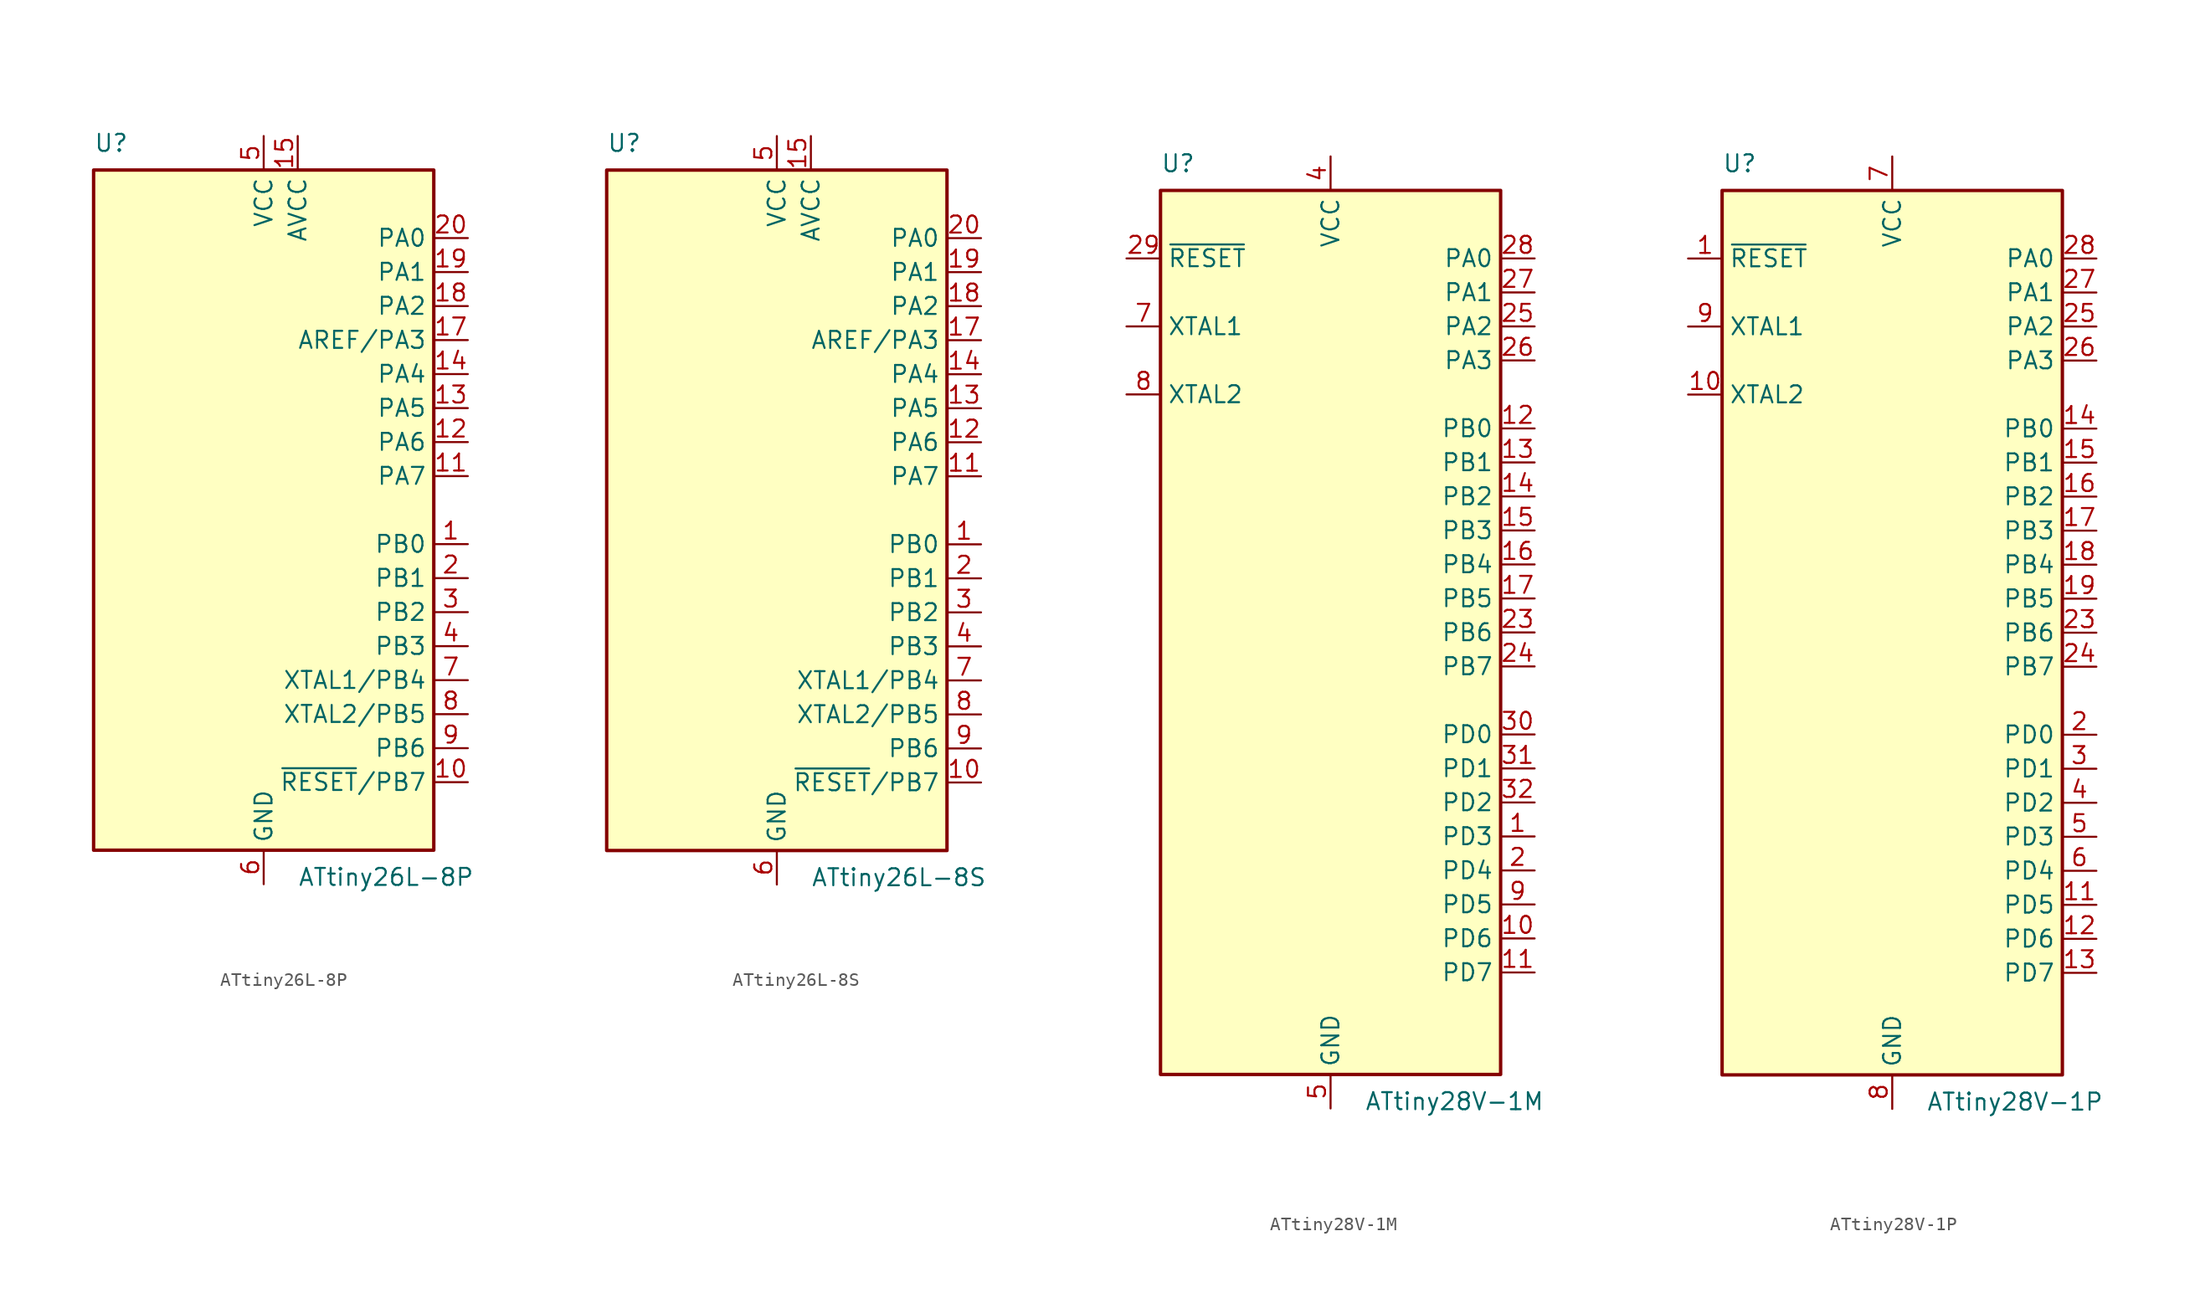
<source format=kicad_sym>
(kicad_symbol_lib
  (version 20241209)
  (generator "kicad_symbol_editor")
  (generator_version "9.0")
  (symbol "ATtiny26L-8P"
    (property "Reference" "U"
      (at -12.7 26.67 0)
      (effects (font (size 1.27 1.27)) (justify left bottom)))
    (property "Value" "ATtiny26L-8P"
      (at 2.54 -26.67 0)
      (effects (font (size 1.27 1.27)) (justify left top)))
    (symbol "ATtiny26L-8P_0_1"
      (rectangle (start -12.7 -25.4) (end 12.7 25.4) (stroke (width 0.254) (type default)) (fill (type background))))
    (symbol "ATtiny26L-8P_1_1"
      (pin power_in line (at 0 27.94 270) (length 2.54) (name "VCC" (effects (font (size 1.27 1.27)))) (number "5" (effects (font (size 1.27 1.27)))))
      (pin passive line (at 0 -27.94 90) (length 2.54) (hide yes) (name "GND" (effects (font (size 1.27 1.27)))) (number "16" (effects (font (size 1.27 1.27)))))
      (pin power_in line (at 0 -27.94 90) (length 2.54) (name "GND" (effects (font (size 1.27 1.27)))) (number "6" (effects (font (size 1.27 1.27)))))
      (pin power_in line (at 2.54 27.94 270) (length 2.54) (name "AVCC" (effects (font (size 1.27 1.27)))) (number "15" (effects (font (size 1.27 1.27)))))
      (pin bidirectional line (at 15.24 20.32 180) (length 2.54) (name "PA0" (effects (font (size 1.27 1.27)))) (number "20" (effects (font (size 1.27 1.27)))))
      (pin bidirectional line (at 15.24 17.78 180) (length 2.54) (name "PA1" (effects (font (size 1.27 1.27)))) (number "19" (effects (font (size 1.27 1.27)))))
      (pin bidirectional line (at 15.24 15.24 180) (length 2.54) (name "PA2" (effects (font (size 1.27 1.27)))) (number "18" (effects (font (size 1.27 1.27)))))
      (pin bidirectional line (at 15.24 12.7 180) (length 2.54) (name "AREF/PA3" (effects (font (size 1.27 1.27)))) (number "17" (effects (font (size 1.27 1.27)))))
      (pin bidirectional line (at 15.24 10.16 180) (length 2.54) (name "PA4" (effects (font (size 1.27 1.27)))) (number "14" (effects (font (size 1.27 1.27)))))
      (pin bidirectional line (at 15.24 7.62 180) (length 2.54) (name "PA5" (effects (font (size 1.27 1.27)))) (number "13" (effects (font (size 1.27 1.27)))))
      (pin bidirectional line (at 15.24 5.08 180) (length 2.54) (name "PA6" (effects (font (size 1.27 1.27)))) (number "12" (effects (font (size 1.27 1.27)))))
      (pin bidirectional line (at 15.24 2.54 180) (length 2.54) (name "PA7" (effects (font (size 1.27 1.27)))) (number "11" (effects (font (size 1.27 1.27)))))
      (pin bidirectional line (at 15.24 -2.54 180) (length 2.54) (name "PB0" (effects (font (size 1.27 1.27)))) (number "1" (effects (font (size 1.27 1.27)))))
      (pin bidirectional line (at 15.24 -5.08 180) (length 2.54) (name "PB1" (effects (font (size 1.27 1.27)))) (number "2" (effects (font (size 1.27 1.27)))))
      (pin bidirectional line (at 15.24 -7.62 180) (length 2.54) (name "PB2" (effects (font (size 1.27 1.27)))) (number "3" (effects (font (size 1.27 1.27)))))
      (pin bidirectional line (at 15.24 -10.16 180) (length 2.54) (name "PB3" (effects (font (size 1.27 1.27)))) (number "4" (effects (font (size 1.27 1.27)))))
      (pin bidirectional line (at 15.24 -12.7 180) (length 2.54) (name "XTAL1/PB4" (effects (font (size 1.27 1.27)))) (number "7" (effects (font (size 1.27 1.27)))))
      (pin bidirectional line (at 15.24 -15.24 180) (length 2.54) (name "XTAL2/PB5" (effects (font (size 1.27 1.27)))) (number "8" (effects (font (size 1.27 1.27)))))
      (pin bidirectional line (at 15.24 -17.78 180) (length 2.54) (name "PB6" (effects (font (size 1.27 1.27)))) (number "9" (effects (font (size 1.27 1.27)))))
      (pin bidirectional line (at 15.24 -20.32 180) (length 2.54) (name "~{RESET}/PB7" (effects (font (size 1.27 1.27)))) (number "10" (effects (font (size 1.27 1.27)))))))
  (symbol "ATtiny26L-8S"
    (property "Reference" "U"
      (at -12.7 26.67 0)
      (effects (font (size 1.27 1.27)) (justify left bottom)))
    (property "Value" "ATtiny26L-8S"
      (at 2.54 -26.67 0)
      (effects (font (size 1.27 1.27)) (justify left top)))
    (symbol "ATtiny26L-8S_0_1"
      (rectangle (start -12.7 -25.4) (end 12.7 25.4) (stroke (width 0.254) (type default)) (fill (type background))))
    (symbol "ATtiny26L-8S_1_1"
      (pin power_in line (at 0 27.94 270) (length 2.54) (name "VCC" (effects (font (size 1.27 1.27)))) (number "5" (effects (font (size 1.27 1.27)))))
      (pin passive line (at 0 -27.94 90) (length 2.54) (hide yes) (name "GND" (effects (font (size 1.27 1.27)))) (number "16" (effects (font (size 1.27 1.27)))))
      (pin power_in line (at 0 -27.94 90) (length 2.54) (name "GND" (effects (font (size 1.27 1.27)))) (number "6" (effects (font (size 1.27 1.27)))))
      (pin power_in line (at 2.54 27.94 270) (length 2.54) (name "AVCC" (effects (font (size 1.27 1.27)))) (number "15" (effects (font (size 1.27 1.27)))))
      (pin bidirectional line (at 15.24 20.32 180) (length 2.54) (name "PA0" (effects (font (size 1.27 1.27)))) (number "20" (effects (font (size 1.27 1.27)))))
      (pin bidirectional line (at 15.24 17.78 180) (length 2.54) (name "PA1" (effects (font (size 1.27 1.27)))) (number "19" (effects (font (size 1.27 1.27)))))
      (pin bidirectional line (at 15.24 15.24 180) (length 2.54) (name "PA2" (effects (font (size 1.27 1.27)))) (number "18" (effects (font (size 1.27 1.27)))))
      (pin bidirectional line (at 15.24 12.7 180) (length 2.54) (name "AREF/PA3" (effects (font (size 1.27 1.27)))) (number "17" (effects (font (size 1.27 1.27)))))
      (pin bidirectional line (at 15.24 10.16 180) (length 2.54) (name "PA4" (effects (font (size 1.27 1.27)))) (number "14" (effects (font (size 1.27 1.27)))))
      (pin bidirectional line (at 15.24 7.62 180) (length 2.54) (name "PA5" (effects (font (size 1.27 1.27)))) (number "13" (effects (font (size 1.27 1.27)))))
      (pin bidirectional line (at 15.24 5.08 180) (length 2.54) (name "PA6" (effects (font (size 1.27 1.27)))) (number "12" (effects (font (size 1.27 1.27)))))
      (pin bidirectional line (at 15.24 2.54 180) (length 2.54) (name "PA7" (effects (font (size 1.27 1.27)))) (number "11" (effects (font (size 1.27 1.27)))))
      (pin bidirectional line (at 15.24 -2.54 180) (length 2.54) (name "PB0" (effects (font (size 1.27 1.27)))) (number "1" (effects (font (size 1.27 1.27)))))
      (pin bidirectional line (at 15.24 -5.08 180) (length 2.54) (name "PB1" (effects (font (size 1.27 1.27)))) (number "2" (effects (font (size 1.27 1.27)))))
      (pin bidirectional line (at 15.24 -7.62 180) (length 2.54) (name "PB2" (effects (font (size 1.27 1.27)))) (number "3" (effects (font (size 1.27 1.27)))))
      (pin bidirectional line (at 15.24 -10.16 180) (length 2.54) (name "PB3" (effects (font (size 1.27 1.27)))) (number "4" (effects (font (size 1.27 1.27)))))
      (pin bidirectional line (at 15.24 -12.7 180) (length 2.54) (name "XTAL1/PB4" (effects (font (size 1.27 1.27)))) (number "7" (effects (font (size 1.27 1.27)))))
      (pin bidirectional line (at 15.24 -15.24 180) (length 2.54) (name "XTAL2/PB5" (effects (font (size 1.27 1.27)))) (number "8" (effects (font (size 1.27 1.27)))))
      (pin bidirectional line (at 15.24 -17.78 180) (length 2.54) (name "PB6" (effects (font (size 1.27 1.27)))) (number "9" (effects (font (size 1.27 1.27)))))
      (pin bidirectional line (at 15.24 -20.32 180) (length 2.54) (name "~{RESET}/PB7" (effects (font (size 1.27 1.27)))) (number "10" (effects (font (size 1.27 1.27)))))))
  (symbol "ATtiny28V-1M"
    (property "Reference" "U"
      (at -12.7 34.29 0)
      (effects (font (size 1.27 1.27)) (justify left bottom)))
    (property "Value" "ATtiny28V-1M"
      (at 2.54 -34.29 0)
      (effects (font (size 1.27 1.27)) (justify left top)))
    (symbol "ATtiny28V-1M_0_1"
      (rectangle (start -12.7 -33.02) (end 12.7 33.02) (stroke (width 0.254) (type default)) (fill (type background))))
    (symbol "ATtiny28V-1M_1_1"
      (pin input line (at -15.24 27.94 0) (length 2.54) (name "~{RESET}" (effects (font (size 1.27 1.27)))) (number "29" (effects (font (size 1.27 1.27)))))
      (pin input line (at -15.24 22.86 0) (length 2.54) (name "XTAL1" (effects (font (size 1.27 1.27)))) (number "7" (effects (font (size 1.27 1.27)))))
      (pin output line (at -15.24 17.78 0) (length 2.54) (name "XTAL2" (effects (font (size 1.27 1.27)))) (number "8" (effects (font (size 1.27 1.27)))))
      (pin no_connect line (at -12.7 -20.32 0) (length 2.54) (hide yes) (name "NC" (effects (font (size 1.27 1.27)))) (number "3" (effects (font (size 1.27 1.27)))))
      (pin no_connect line (at -12.7 -22.86 0) (length 2.54) (hide yes) (name "NC" (effects (font (size 1.27 1.27)))) (number "6" (effects (font (size 1.27 1.27)))))
      (pin no_connect line (at -12.7 -25.4 0) (length 2.54) (hide yes) (name "NC" (effects (font (size 1.27 1.27)))) (number "19" (effects (font (size 1.27 1.27)))))
      (pin no_connect line (at -12.7 -27.94 0) (length 2.54) (hide yes) (name "NC" (effects (font (size 1.27 1.27)))) (number "20" (effects (font (size 1.27 1.27)))))
      (pin no_connect line (at -12.7 -30.48 0) (length 2.54) (hide yes) (name "NC" (effects (font (size 1.27 1.27)))) (number "22" (effects (font (size 1.27 1.27)))))
      (pin passive line (at 0 35.56 270) (length 2.54) (hide yes) (name "VCC" (effects (font (size 1.27 1.27)))) (number "18" (effects (font (size 1.27 1.27)))))
      (pin power_in line (at 0 35.56 270) (length 2.54) (name "VCC" (effects (font (size 1.27 1.27)))) (number "4" (effects (font (size 1.27 1.27)))))
      (pin passive line (at 0 -35.56 90) (length 2.54) (hide yes) (name "GND" (effects (font (size 1.27 1.27)))) (number "21" (effects (font (size 1.27 1.27)))))
      (pin passive line (at 0 -35.56 90) (length 2.54) (hide yes) (name "GND" (effects (font (size 1.27 1.27)))) (number "33" (effects (font (size 1.27 1.27)))))
      (pin power_in line (at 0 -35.56 90) (length 2.54) (name "GND" (effects (font (size 1.27 1.27)))) (number "5" (effects (font (size 1.27 1.27)))))
      (pin bidirectional line (at 15.24 27.94 180) (length 2.54) (name "PA0" (effects (font (size 1.27 1.27)))) (number "28" (effects (font (size 1.27 1.27)))))
      (pin bidirectional line (at 15.24 25.4 180) (length 2.54) (name "PA1" (effects (font (size 1.27 1.27)))) (number "27" (effects (font (size 1.27 1.27)))))
      (pin bidirectional line (at 15.24 22.86 180) (length 2.54) (name "PA2" (effects (font (size 1.27 1.27)))) (number "25" (effects (font (size 1.27 1.27)))))
      (pin bidirectional line (at 15.24 20.32 180) (length 2.54) (name "PA3" (effects (font (size 1.27 1.27)))) (number "26" (effects (font (size 1.27 1.27)))))
      (pin bidirectional line (at 15.24 15.24 180) (length 2.54) (name "PB0" (effects (font (size 1.27 1.27)))) (number "12" (effects (font (size 1.27 1.27)))))
      (pin bidirectional line (at 15.24 12.7 180) (length 2.54) (name "PB1" (effects (font (size 1.27 1.27)))) (number "13" (effects (font (size 1.27 1.27)))))
      (pin bidirectional line (at 15.24 10.16 180) (length 2.54) (name "PB2" (effects (font (size 1.27 1.27)))) (number "14" (effects (font (size 1.27 1.27)))))
      (pin bidirectional line (at 15.24 7.62 180) (length 2.54) (name "PB3" (effects (font (size 1.27 1.27)))) (number "15" (effects (font (size 1.27 1.27)))))
      (pin bidirectional line (at 15.24 5.08 180) (length 2.54) (name "PB4" (effects (font (size 1.27 1.27)))) (number "16" (effects (font (size 1.27 1.27)))))
      (pin bidirectional line (at 15.24 2.54 180) (length 2.54) (name "PB5" (effects (font (size 1.27 1.27)))) (number "17" (effects (font (size 1.27 1.27)))))
      (pin bidirectional line (at 15.24 0 180) (length 2.54) (name "PB6" (effects (font (size 1.27 1.27)))) (number "23" (effects (font (size 1.27 1.27)))))
      (pin bidirectional line (at 15.24 -2.54 180) (length 2.54) (name "PB7" (effects (font (size 1.27 1.27)))) (number "24" (effects (font (size 1.27 1.27)))))
      (pin bidirectional line (at 15.24 -7.62 180) (length 2.54) (name "PD0" (effects (font (size 1.27 1.27)))) (number "30" (effects (font (size 1.27 1.27)))))
      (pin bidirectional line (at 15.24 -10.16 180) (length 2.54) (name "PD1" (effects (font (size 1.27 1.27)))) (number "31" (effects (font (size 1.27 1.27)))))
      (pin bidirectional line (at 15.24 -12.7 180) (length 2.54) (name "PD2" (effects (font (size 1.27 1.27)))) (number "32" (effects (font (size 1.27 1.27)))))
      (pin bidirectional line (at 15.24 -15.24 180) (length 2.54) (name "PD3" (effects (font (size 1.27 1.27)))) (number "1" (effects (font (size 1.27 1.27)))))
      (pin bidirectional line (at 15.24 -17.78 180) (length 2.54) (name "PD4" (effects (font (size 1.27 1.27)))) (number "2" (effects (font (size 1.27 1.27)))))
      (pin bidirectional line (at 15.24 -20.32 180) (length 2.54) (name "PD5" (effects (font (size 1.27 1.27)))) (number "9" (effects (font (size 1.27 1.27)))))
      (pin bidirectional line (at 15.24 -22.86 180) (length 2.54) (name "PD6" (effects (font (size 1.27 1.27)))) (number "10" (effects (font (size 1.27 1.27)))))
      (pin bidirectional line (at 15.24 -25.4 180) (length 2.54) (name "PD7" (effects (font (size 1.27 1.27)))) (number "11" (effects (font (size 1.27 1.27)))))))
  (symbol "ATtiny28V-1P"
    (property "Reference" "U"
      (at -12.7 34.29 0)
      (effects (font (size 1.27 1.27)) (justify left bottom)))
    (property "Value" "ATtiny28V-1P"
      (at 2.54 -34.29 0)
      (effects (font (size 1.27 1.27)) (justify left top)))
    (symbol "ATtiny28V-1P_0_1"
      (rectangle (start -12.7 -33.02) (end 12.7 33.02) (stroke (width 0.254) (type default)) (fill (type background))))
    (symbol "ATtiny28V-1P_1_1"
      (pin input line (at -15.24 27.94 0) (length 2.54) (name "~{RESET}" (effects (font (size 1.27 1.27)))) (number "1" (effects (font (size 1.27 1.27)))))
      (pin input line (at -15.24 22.86 0) (length 2.54) (name "XTAL1" (effects (font (size 1.27 1.27)))) (number "9" (effects (font (size 1.27 1.27)))))
      (pin output line (at -15.24 17.78 0) (length 2.54) (name "XTAL2" (effects (font (size 1.27 1.27)))) (number "10" (effects (font (size 1.27 1.27)))))
      (pin no_connect line (at -12.7 -30.48 0) (length 2.54) (hide yes) (name "NC" (effects (font (size 1.27 1.27)))) (number "21" (effects (font (size 1.27 1.27)))))
      (pin passive line (at 0 35.56 270) (length 2.54) (hide yes) (name "VCC" (effects (font (size 1.27 1.27)))) (number "20" (effects (font (size 1.27 1.27)))))
      (pin power_in line (at 0 35.56 270) (length 2.54) (name "VCC" (effects (font (size 1.27 1.27)))) (number "7" (effects (font (size 1.27 1.27)))))
      (pin passive line (at 0 -35.56 90) (length 2.54) (hide yes) (name "GND" (effects (font (size 1.27 1.27)))) (number "22" (effects (font (size 1.27 1.27)))))
      (pin power_in line (at 0 -35.56 90) (length 2.54) (name "GND" (effects (font (size 1.27 1.27)))) (number "8" (effects (font (size 1.27 1.27)))))
      (pin bidirectional line (at 15.24 27.94 180) (length 2.54) (name "PA0" (effects (font (size 1.27 1.27)))) (number "28" (effects (font (size 1.27 1.27)))))
      (pin bidirectional line (at 15.24 25.4 180) (length 2.54) (name "PA1" (effects (font (size 1.27 1.27)))) (number "27" (effects (font (size 1.27 1.27)))))
      (pin bidirectional line (at 15.24 22.86 180) (length 2.54) (name "PA2" (effects (font (size 1.27 1.27)))) (number "25" (effects (font (size 1.27 1.27)))))
      (pin bidirectional line (at 15.24 20.32 180) (length 2.54) (name "PA3" (effects (font (size 1.27 1.27)))) (number "26" (effects (font (size 1.27 1.27)))))
      (pin bidirectional line (at 15.24 15.24 180) (length 2.54) (name "PB0" (effects (font (size 1.27 1.27)))) (number "14" (effects (font (size 1.27 1.27)))))
      (pin bidirectional line (at 15.24 12.7 180) (length 2.54) (name "PB1" (effects (font (size 1.27 1.27)))) (number "15" (effects (font (size 1.27 1.27)))))
      (pin bidirectional line (at 15.24 10.16 180) (length 2.54) (name "PB2" (effects (font (size 1.27 1.27)))) (number "16" (effects (font (size 1.27 1.27)))))
      (pin bidirectional line (at 15.24 7.62 180) (length 2.54) (name "PB3" (effects (font (size 1.27 1.27)))) (number "17" (effects (font (size 1.27 1.27)))))
      (pin bidirectional line (at 15.24 5.08 180) (length 2.54) (name "PB4" (effects (font (size 1.27 1.27)))) (number "18" (effects (font (size 1.27 1.27)))))
      (pin bidirectional line (at 15.24 2.54 180) (length 2.54) (name "PB5" (effects (font (size 1.27 1.27)))) (number "19" (effects (font (size 1.27 1.27)))))
      (pin bidirectional line (at 15.24 0 180) (length 2.54) (name "PB6" (effects (font (size 1.27 1.27)))) (number "23" (effects (font (size 1.27 1.27)))))
      (pin bidirectional line (at 15.24 -2.54 180) (length 2.54) (name "PB7" (effects (font (size 1.27 1.27)))) (number "24" (effects (font (size 1.27 1.27)))))
      (pin bidirectional line (at 15.24 -7.62 180) (length 2.54) (name "PD0" (effects (font (size 1.27 1.27)))) (number "2" (effects (font (size 1.27 1.27)))))
      (pin bidirectional line (at 15.24 -10.16 180) (length 2.54) (name "PD1" (effects (font (size 1.27 1.27)))) (number "3" (effects (font (size 1.27 1.27)))))
      (pin bidirectional line (at 15.24 -12.7 180) (length 2.54) (name "PD2" (effects (font (size 1.27 1.27)))) (number "4" (effects (font (size 1.27 1.27)))))
      (pin bidirectional line (at 15.24 -15.24 180) (length 2.54) (name "PD3" (effects (font (size 1.27 1.27)))) (number "5" (effects (font (size 1.27 1.27)))))
      (pin bidirectional line (at 15.24 -17.78 180) (length 2.54) (name "PD4" (effects (font (size 1.27 1.27)))) (number "6" (effects (font (size 1.27 1.27)))))
      (pin bidirectional line (at 15.24 -20.32 180) (length 2.54) (name "PD5" (effects (font (size 1.27 1.27)))) (number "11" (effects (font (size 1.27 1.27)))))
      (pin bidirectional line (at 15.24 -22.86 180) (length 2.54) (name "PD6" (effects (font (size 1.27 1.27)))) (number "12" (effects (font (size 1.27 1.27)))))
      (pin bidirectional line (at 15.24 -25.4 180) (length 2.54) (name "PD7" (effects (font (size 1.27 1.27)))) (number "13" (effects (font (size 1.27 1.27))))))))
</source>
